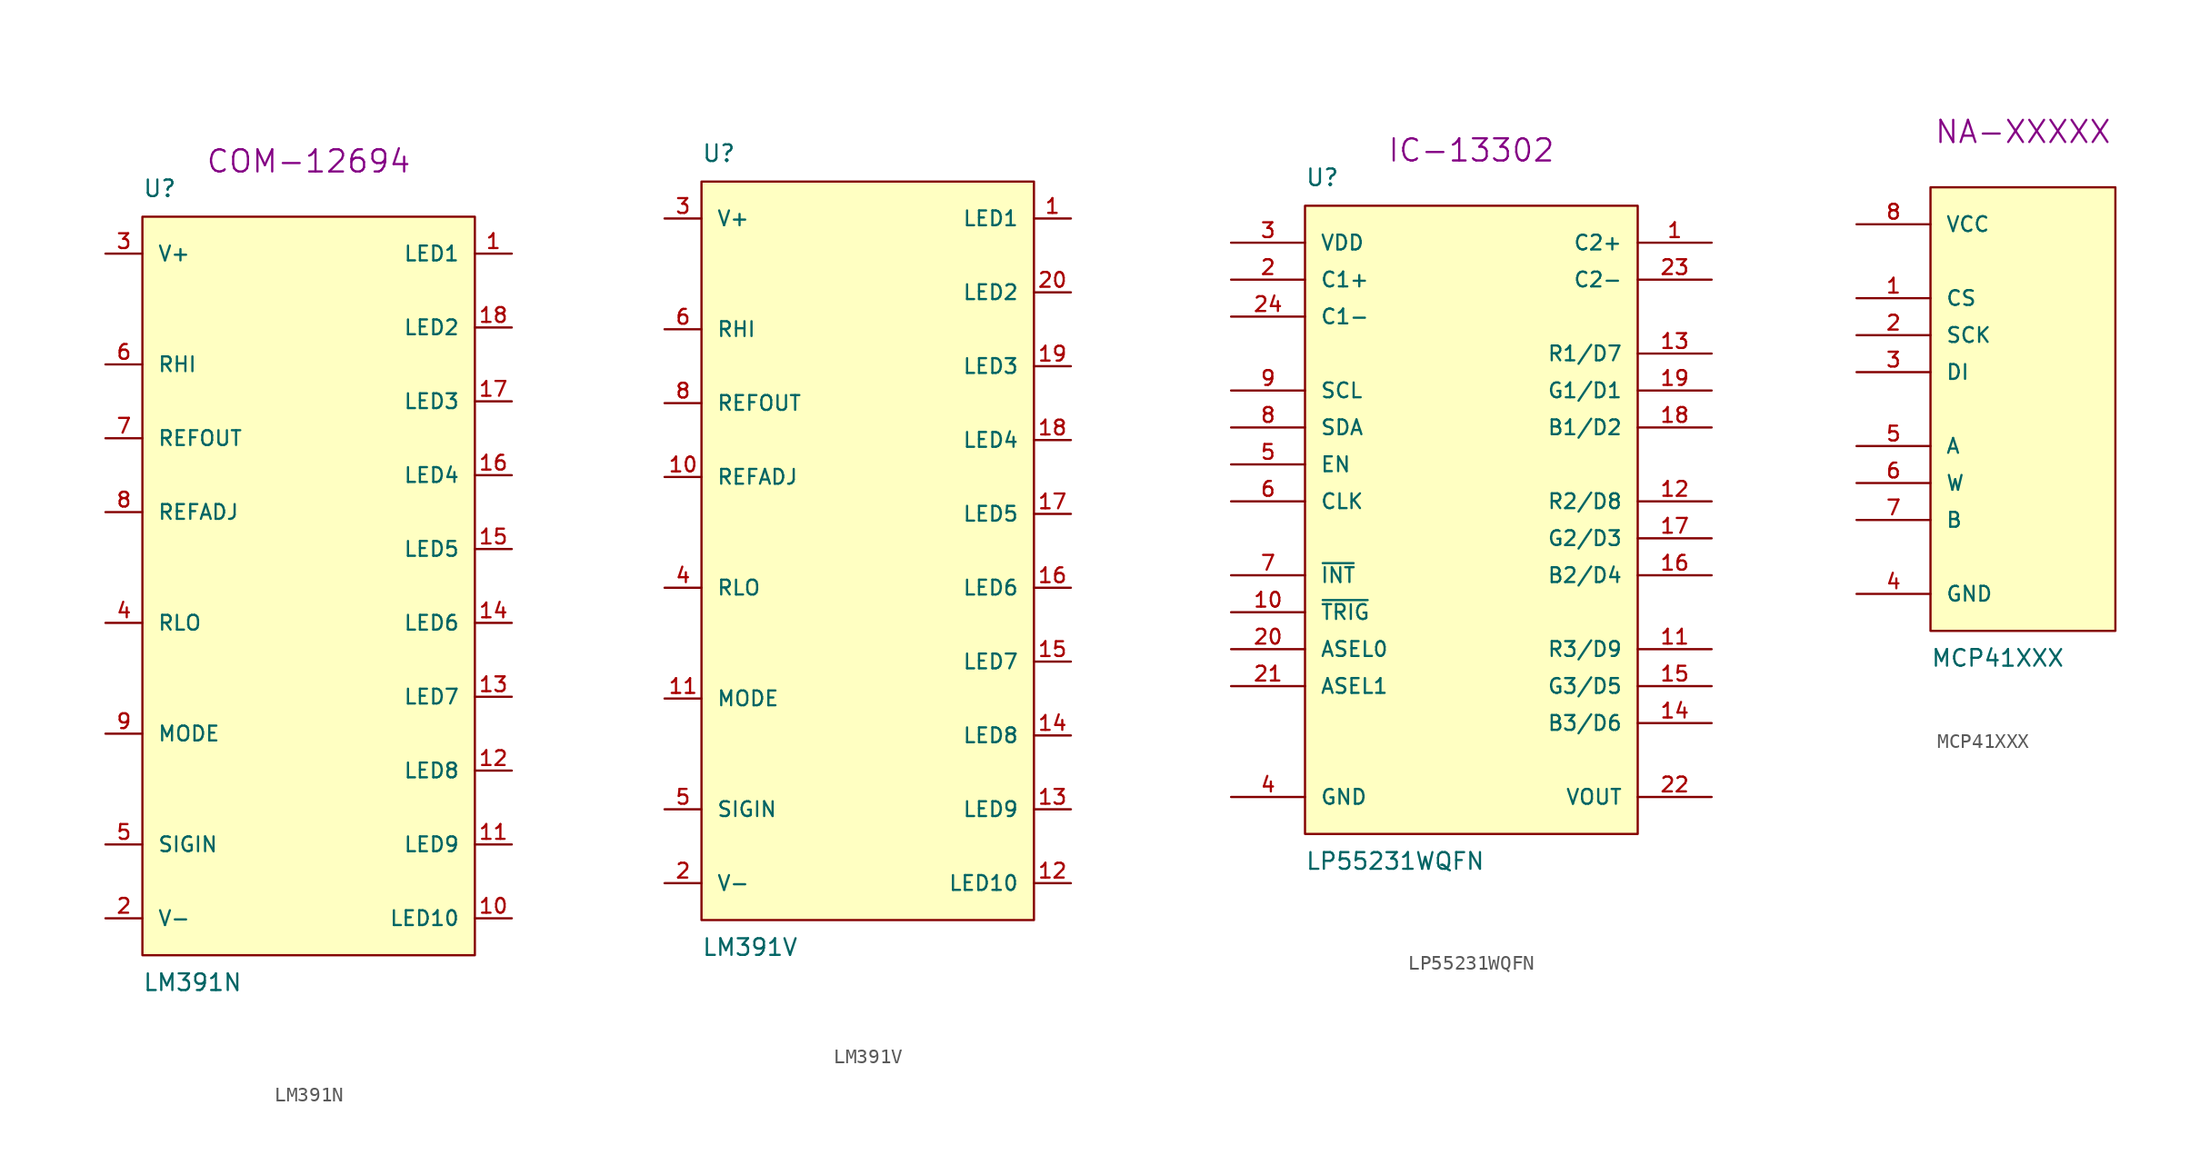
<source format=kicad_sym>
(kicad_symbol_lib
  (version 20201005)
  (generator kicad_symbol_editor)
  (symbol "LM391N"
    (pin_names
      (offset 1.016))
    (property "Reference" "U"
      (at -11.43 26.67 0)
      (effects (font (size 1.143 1.143)) (justify left bottom)))
    (property "Value" "LM391N"
      (at -11.43 -27.94 0)
      (effects (font (size 1.143 1.143)) (justify left bottom)))
    (property "Field4" "COM-12694"
      (at 0 29.21 0)
      (effects (font (size 1.524 1.524))))
    (property "ki_locked" ""
      (at 0 0 0)
      (effects (font (size 1.27 1.27))))
    (symbol "LM391N_1_1"
      (polyline (pts (xy -11.43 25.4) (xy 11.43 25.4) (xy 11.43 -25.4) (xy -11.43 -25.4) (xy -11.43 25.4)) (stroke (width 0)) (fill (type background)))
      (pin output line (at 13.97 22.86 180) (length 2.54) (name "LED1" (effects (font (size 1.016 1.016)))) (number "1" (effects (font (size 1.016 1.016)))))
      (pin power_in line (at -13.97 -22.86 0) (length 2.54) (name "V-" (effects (font (size 1.016 1.016)))) (number "2" (effects (font (size 1.016 1.016)))))
      (pin power_in line (at -13.97 22.86 0) (length 2.54) (name "V+" (effects (font (size 1.016 1.016)))) (number "3" (effects (font (size 1.016 1.016)))))
      (pin input line (at -13.97 -2.54 0) (length 2.54) (name "RLO" (effects (font (size 1.016 1.016)))) (number "4" (effects (font (size 1.016 1.016)))))
      (pin input line (at -13.97 -17.78 0) (length 2.54) (name "SIGIN" (effects (font (size 1.016 1.016)))) (number "5" (effects (font (size 1.016 1.016)))))
      (pin input line (at -13.97 15.24 0) (length 2.54) (name "RHI" (effects (font (size 1.016 1.016)))) (number "6" (effects (font (size 1.016 1.016)))))
      (pin output line (at -13.97 10.16 0) (length 2.54) (name "REFOUT" (effects (font (size 1.016 1.016)))) (number "7" (effects (font (size 1.016 1.016)))))
      (pin passive line (at -13.97 5.08 0) (length 2.54) (name "REFADJ" (effects (font (size 1.016 1.016)))) (number "8" (effects (font (size 1.016 1.016)))))
      (pin input line (at -13.97 -10.16 0) (length 2.54) (name "MODE" (effects (font (size 1.016 1.016)))) (number "9" (effects (font (size 1.016 1.016)))))
      (pin output line (at 13.97 -22.86 180) (length 2.54) (name "LED10" (effects (font (size 1.016 1.016)))) (number "10" (effects (font (size 1.016 1.016)))))
      (pin output line (at 13.97 -17.78 180) (length 2.54) (name "LED9" (effects (font (size 1.016 1.016)))) (number "11" (effects (font (size 1.016 1.016)))))
      (pin output line (at 13.97 -12.7 180) (length 2.54) (name "LED8" (effects (font (size 1.016 1.016)))) (number "12" (effects (font (size 1.016 1.016)))))
      (pin output line (at 13.97 -7.62 180) (length 2.54) (name "LED7" (effects (font (size 1.016 1.016)))) (number "13" (effects (font (size 1.016 1.016)))))
      (pin output line (at 13.97 -2.54 180) (length 2.54) (name "LED6" (effects (font (size 1.016 1.016)))) (number "14" (effects (font (size 1.016 1.016)))))
      (pin output line (at 13.97 2.54 180) (length 2.54) (name "LED5" (effects (font (size 1.016 1.016)))) (number "15" (effects (font (size 1.016 1.016)))))
      (pin output line (at 13.97 7.62 180) (length 2.54) (name "LED4" (effects (font (size 1.016 1.016)))) (number "16" (effects (font (size 1.016 1.016)))))
      (pin output line (at 13.97 12.7 180) (length 2.54) (name "LED3" (effects (font (size 1.016 1.016)))) (number "17" (effects (font (size 1.016 1.016)))))
      (pin output line (at 13.97 17.78 180) (length 2.54) (name "LED2" (effects (font (size 1.016 1.016)))) (number "18" (effects (font (size 1.016 1.016)))))))
  (symbol "LM391V"
    (pin_names
      (offset 1.016))
    (property "Reference" "U"
      (at -11.43 26.67 0)
      (effects (font (size 1.143 1.143)) (justify left bottom)))
    (property "Value" "LM391V"
      (at -11.43 -27.94 0)
      (effects (font (size 1.143 1.143)) (justify left bottom)))
    (property "ki_locked" ""
      (at 0 0 0)
      (effects (font (size 1.27 1.27))))
    (symbol "LM391V_1_1"
      (polyline (pts (xy -11.43 25.4) (xy 11.43 25.4) (xy 11.43 -25.4) (xy -11.43 -25.4) (xy -11.43 25.4)) (stroke (width 0)) (fill (type background)))
      (pin output line (at 13.97 22.86 180) (length 2.54) (name "LED1" (effects (font (size 1.016 1.016)))) (number "1" (effects (font (size 1.016 1.016)))))
      (pin power_in line (at -13.97 -22.86 0) (length 2.54) (name "V-" (effects (font (size 1.016 1.016)))) (number "2" (effects (font (size 1.016 1.016)))))
      (pin power_in line (at -13.97 22.86 0) (length 2.54) (name "V+" (effects (font (size 1.016 1.016)))) (number "3" (effects (font (size 1.016 1.016)))))
      (pin input line (at -13.97 -2.54 0) (length 2.54) (name "RLO" (effects (font (size 1.016 1.016)))) (number "4" (effects (font (size 1.016 1.016)))))
      (pin input line (at -13.97 -17.78 0) (length 2.54) (name "SIGIN" (effects (font (size 1.016 1.016)))) (number "5" (effects (font (size 1.016 1.016)))))
      (pin input line (at -13.97 15.24 0) (length 2.54) (name "RHI" (effects (font (size 1.016 1.016)))) (number "6" (effects (font (size 1.016 1.016)))))
      (pin output line (at -13.97 10.16 0) (length 2.54) (name "REFOUT" (effects (font (size 1.016 1.016)))) (number "8" (effects (font (size 1.016 1.016)))))
      (pin passive line (at -13.97 5.08 0) (length 2.54) (name "REFADJ" (effects (font (size 1.016 1.016)))) (number "10" (effects (font (size 1.016 1.016)))))
      (pin output line (at 13.97 17.78 180) (length 2.54) (name "LED2" (effects (font (size 1.016 1.016)))) (number "20" (effects (font (size 1.016 1.016)))))
      (pin input line (at -13.97 -10.16 0) (length 2.54) (name "MODE" (effects (font (size 1.016 1.016)))) (number "11" (effects (font (size 1.016 1.016)))))
      (pin output line (at 13.97 -22.86 180) (length 2.54) (name "LED10" (effects (font (size 1.016 1.016)))) (number "12" (effects (font (size 1.016 1.016)))))
      (pin output line (at 13.97 -17.78 180) (length 2.54) (name "LED9" (effects (font (size 1.016 1.016)))) (number "13" (effects (font (size 1.016 1.016)))))
      (pin output line (at 13.97 -12.7 180) (length 2.54) (name "LED8" (effects (font (size 1.016 1.016)))) (number "14" (effects (font (size 1.016 1.016)))))
      (pin output line (at 13.97 -7.62 180) (length 2.54) (name "LED7" (effects (font (size 1.016 1.016)))) (number "15" (effects (font (size 1.016 1.016)))))
      (pin output line (at 13.97 -2.54 180) (length 2.54) (name "LED6" (effects (font (size 1.016 1.016)))) (number "16" (effects (font (size 1.016 1.016)))))
      (pin output line (at 13.97 2.54 180) (length 2.54) (name "LED5" (effects (font (size 1.016 1.016)))) (number "17" (effects (font (size 1.016 1.016)))))
      (pin output line (at 13.97 7.62 180) (length 2.54) (name "LED4" (effects (font (size 1.016 1.016)))) (number "18" (effects (font (size 1.016 1.016)))))
      (pin output line (at 13.97 12.7 180) (length 2.54) (name "LED3" (effects (font (size 1.016 1.016)))) (number "19" (effects (font (size 1.016 1.016)))))))
  (symbol "LP55231WQFN"
    (pin_names
      (offset 1.016))
    (property "Reference" "U"
      (at -11.43 26.67 0)
      (effects (font (size 1.143 1.143)) (justify left bottom)))
    (property "Value" "LP55231WQFN"
      (at -11.43 -20.32 0)
      (effects (font (size 1.143 1.143)) (justify left bottom)))
    (property "Field4" "IC-13302"
      (at 0 29.21 0)
      (effects (font (size 1.524 1.524))))
    (property "ki_locked" ""
      (at 0 0 0)
      (effects (font (size 1.27 1.27))))
    (symbol "LP55231WQFN_1_1"
      (polyline (pts (xy -11.43 -17.78) (xy -11.43 25.4) (xy 11.43 25.4) (xy 11.43 -17.78) (xy -11.43 -17.78)) (stroke (width 0)) (fill (type background)))
      (pin bidirectional line (at 16.51 22.86 180) (length 5.08) (name "C2+" (effects (font (size 1.016 1.016)))) (number "1" (effects (font (size 1.016 1.016)))))
      (pin bidirectional line (at -16.51 20.32 0) (length 5.08) (name "C1+" (effects (font (size 1.016 1.016)))) (number "2" (effects (font (size 1.016 1.016)))))
      (pin bidirectional line (at -16.51 22.86 0) (length 5.08) (name "VDD" (effects (font (size 1.016 1.016)))) (number "3" (effects (font (size 1.016 1.016)))))
      (pin bidirectional line (at -16.51 -15.24 0) (length 5.08) (name "GND" (effects (font (size 1.016 1.016)))) (number "4" (effects (font (size 1.016 1.016)))))
      (pin bidirectional line (at -16.51 7.62 0) (length 5.08) (name "EN" (effects (font (size 1.016 1.016)))) (number "5" (effects (font (size 1.016 1.016)))))
      (pin bidirectional line (at -16.51 5.08 0) (length 5.08) (name "CLK" (effects (font (size 1.016 1.016)))) (number "6" (effects (font (size 1.016 1.016)))))
      (pin bidirectional line (at -16.51 0 0) (length 5.08) (name "~INT" (effects (font (size 1.016 1.016)))) (number "7" (effects (font (size 1.016 1.016)))))
      (pin bidirectional line (at -16.51 10.16 0) (length 5.08) (name "SDA" (effects (font (size 1.016 1.016)))) (number "8" (effects (font (size 1.016 1.016)))))
      (pin bidirectional line (at -16.51 12.7 0) (length 5.08) (name "SCL" (effects (font (size 1.016 1.016)))) (number "9" (effects (font (size 1.016 1.016)))))
      (pin bidirectional line (at -16.51 -2.54 0) (length 5.08) (name "~TRIG" (effects (font (size 1.016 1.016)))) (number "10" (effects (font (size 1.016 1.016)))))
      (pin bidirectional line (at -16.51 -5.08 0) (length 5.08) (name "ASEL0" (effects (font (size 1.016 1.016)))) (number "20" (effects (font (size 1.016 1.016)))))
      (pin bidirectional line (at 16.51 -5.08 180) (length 5.08) (name "R3/D9" (effects (font (size 1.016 1.016)))) (number "11" (effects (font (size 1.016 1.016)))))
      (pin bidirectional line (at -16.51 -7.62 0) (length 5.08) (name "ASEL1" (effects (font (size 1.016 1.016)))) (number "21" (effects (font (size 1.016 1.016)))))
      (pin bidirectional line (at 16.51 5.08 180) (length 5.08) (name "R2/D8" (effects (font (size 1.016 1.016)))) (number "12" (effects (font (size 1.016 1.016)))))
      (pin bidirectional line (at 16.51 -15.24 180) (length 5.08) (name "VOUT" (effects (font (size 1.016 1.016)))) (number "22" (effects (font (size 1.016 1.016)))))
      (pin bidirectional line (at 16.51 15.24 180) (length 5.08) (name "R1/D7" (effects (font (size 1.016 1.016)))) (number "13" (effects (font (size 1.016 1.016)))))
      (pin bidirectional line (at 16.51 20.32 180) (length 5.08) (name "C2-" (effects (font (size 1.016 1.016)))) (number "23" (effects (font (size 1.016 1.016)))))
      (pin bidirectional line (at 16.51 -10.16 180) (length 5.08) (name "B3/D6" (effects (font (size 1.016 1.016)))) (number "14" (effects (font (size 1.016 1.016)))))
      (pin bidirectional line (at -16.51 17.78 0) (length 5.08) (name "C1-" (effects (font (size 1.016 1.016)))) (number "24" (effects (font (size 1.016 1.016)))))
      (pin bidirectional line (at 16.51 -7.62 180) (length 5.08) (name "G3/D5" (effects (font (size 1.016 1.016)))) (number "15" (effects (font (size 1.016 1.016)))))
      (pin bidirectional line (at 16.51 0 180) (length 5.08) (name "B2/D4" (effects (font (size 1.016 1.016)))) (number "16" (effects (font (size 1.016 1.016)))))
      (pin bidirectional line (at 16.51 2.54 180) (length 5.08) (name "G2/D3" (effects (font (size 1.016 1.016)))) (number "17" (effects (font (size 1.016 1.016)))))
      (pin bidirectional line (at 16.51 10.16 180) (length 5.08) (name "B1/D2" (effects (font (size 1.016 1.016)))) (number "18" (effects (font (size 1.016 1.016)))))
      (pin bidirectional line (at 16.51 12.7 180) (length 5.08) (name "G1/D1" (effects (font (size 1.016 1.016)))) (number "19" (effects (font (size 1.016 1.016)))))
      (pin bidirectional line (at -16.51 -15.24 0) (length 5.08) hide (name "GND" (effects (font (size 1.016 1.016)))) (number "EP" (effects (font (size 1.016 1.016)))))))
  (symbol "MCP41XXX"
    (pin_names
      (offset 1.016))
    (property "Reference" "U"
      (at -6.35 16.51 0)
      (effects (font (size 1.143 1.143)) (justify left bottom) hide))
    (property "Value" "MCP41XXX"
      (at -6.35 -17.78 0)
      (effects (font (size 1.143 1.143)) (justify left bottom)))
    (property "Field4" "NA-XXXXX"
      (at 0 19.05 0)
      (effects (font (size 1.524 1.524))))
    (property "ki_locked" ""
      (at 0 0 0)
      (effects (font (size 1.27 1.27))))
    (symbol "MCP41XXX_1_1"
      (polyline (pts (xy -6.35 15.24) (xy -6.35 -15.24) (xy 6.35 -15.24) (xy 6.35 15.24) (xy -6.35 15.24)) (stroke (width 0)) (fill (type background)))
      (pin bidirectional line (at -11.43 7.62 0) (length 5.08) (name "CS" (effects (font (size 1.016 1.016)))) (number "1" (effects (font (size 1.016 1.016)))))
      (pin bidirectional line (at -11.43 5.08 0) (length 5.08) (name "SCK" (effects (font (size 1.016 1.016)))) (number "2" (effects (font (size 1.016 1.016)))))
      (pin bidirectional line (at -11.43 2.54 0) (length 5.08) (name "DI" (effects (font (size 1.016 1.016)))) (number "3" (effects (font (size 1.016 1.016)))))
      (pin bidirectional line (at -11.43 -12.7 0) (length 5.08) (name "GND" (effects (font (size 1.016 1.016)))) (number "4" (effects (font (size 1.016 1.016)))))
      (pin bidirectional line (at -11.43 -2.54 0) (length 5.08) (name "A" (effects (font (size 1.016 1.016)))) (number "5" (effects (font (size 1.016 1.016)))))
      (pin bidirectional line (at -11.43 -5.08 0) (length 5.08) (name "W" (effects (font (size 1.016 1.016)))) (number "6" (effects (font (size 1.016 1.016)))))
      (pin bidirectional line (at -11.43 -7.62 0) (length 5.08) (name "B" (effects (font (size 1.016 1.016)))) (number "7" (effects (font (size 1.016 1.016)))))
      (pin bidirectional line (at -11.43 12.7 0) (length 5.08) (name "VCC" (effects (font (size 1.016 1.016)))) (number "8" (effects (font (size 1.016 1.016))))))))
</source>
